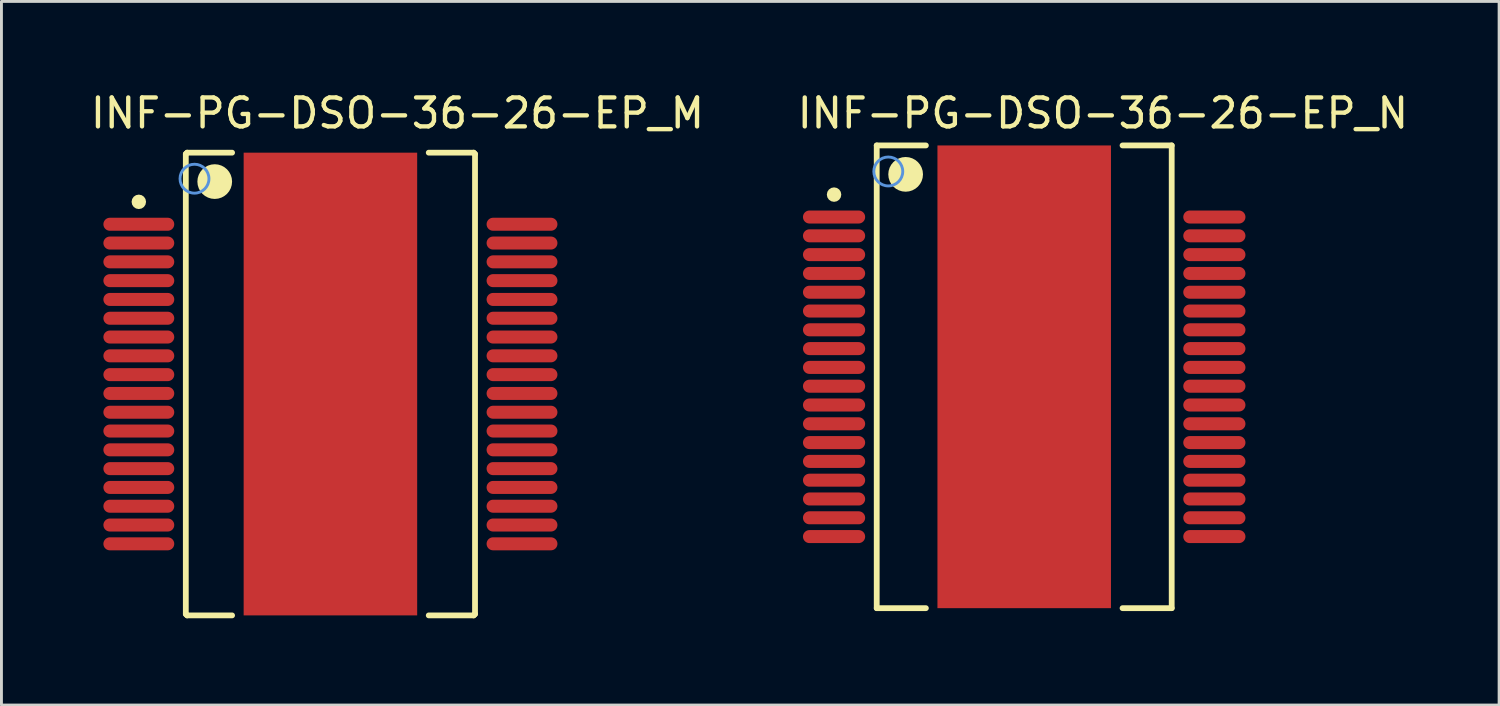
<source format=kicad_pcb>
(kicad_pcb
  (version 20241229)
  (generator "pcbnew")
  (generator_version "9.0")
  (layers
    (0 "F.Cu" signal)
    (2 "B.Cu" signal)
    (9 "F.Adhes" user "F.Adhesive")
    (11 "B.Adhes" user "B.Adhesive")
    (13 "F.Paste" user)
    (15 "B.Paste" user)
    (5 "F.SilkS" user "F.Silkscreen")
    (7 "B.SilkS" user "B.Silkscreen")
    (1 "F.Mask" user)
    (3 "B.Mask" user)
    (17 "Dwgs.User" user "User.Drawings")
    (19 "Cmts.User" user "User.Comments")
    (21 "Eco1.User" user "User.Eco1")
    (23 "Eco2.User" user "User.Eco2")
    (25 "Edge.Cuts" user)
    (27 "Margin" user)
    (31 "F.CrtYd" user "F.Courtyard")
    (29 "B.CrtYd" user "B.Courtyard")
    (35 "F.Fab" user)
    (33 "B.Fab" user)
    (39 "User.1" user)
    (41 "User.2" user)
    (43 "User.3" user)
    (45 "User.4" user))
  (footprint "INF-PG-DSO-36-26-EP_M"
    (layer "F.Cu")
    (at 8.375 10.229)
    (property "Reference" "INF-PG-DSO-36-26-EP_M" (at -8.375 -8.779 0) (layer "F.SilkS") (effects (font (size 1 1) (thickness 0.15)) (justify left bottom)))
    (attr through_hole)
    (fp_line (start -5 -7.954) (end -4.954 -8) (stroke (width 0.2) (type solid)) (layer "F.SilkS"))
    (fp_line (start -5 7.954) (end -5 -7.954) (stroke (width 0.2) (type solid)) (layer "F.SilkS"))
    (fp_line (start -5 7.954) (end -4.954 8) (stroke (width 0.2) (type solid)) (layer "F.SilkS"))
    (fp_line (start -4.954 -8) (end -3.4 -8) (stroke (width 0.2) (type solid)) (layer "F.SilkS"))
    (fp_line (start -4.954 8) (end -3.4 8) (stroke (width 0.2) (type solid)) (layer "F.SilkS"))
    (fp_line (start 3.4 -8) (end 4.954 -8) (stroke (width 0.2) (type solid)) (layer "F.SilkS"))
    (fp_line (start 3.4 8) (end 4.954 8) (stroke (width 0.2) (type solid)) (layer "F.SilkS"))
    (fp_line (start 4.954 -8) (end 5 -7.954) (stroke (width 0.2) (type solid)) (layer "F.SilkS"))
    (fp_line (start 4.954 8) (end 5 7.954) (stroke (width 0.2) (type solid)) (layer "F.SilkS"))
    (fp_line (start 5 7.954) (end 5 -7.954) (stroke (width 0.2) (type solid)) (layer "F.SilkS"))
    (fp_circle (center -6.625 -6.3) (end -6.5 -6.3) (stroke (width 0.25) (type solid)) (fill no) (layer "F.SilkS"))
    (fp_circle (center -4 -7) (end -3.7 -7) (stroke (width 0.6) (type solid)) (fill no) (layer "F.SilkS"))
    (fp_circle (center -4.7 -7.1) (end -4.2 -7.1) (stroke (width 0.1) (type solid)) (fill no) (layer "Cmts.User"))
    (pad "1" smd oval (at -6.625 -5.525 90) (size 0.45 2.45) (layers "F.Cu" "F.Mask" "F.Paste"))
    (pad "2" smd oval (at -6.625 -4.875 90) (size 0.45 2.45) (layers "F.Cu" "F.Mask" "F.Paste"))
    (pad "3" smd oval (at -6.625 -4.225 90) (size 0.45 2.45) (layers "F.Cu" "F.Mask" "F.Paste"))
    (pad "4" smd oval (at -6.625 -3.575 90) (size 0.45 2.45) (layers "F.Cu" "F.Mask" "F.Paste"))
    (pad "5" smd oval (at -6.625 -2.925 90) (size 0.45 2.45) (layers "F.Cu" "F.Mask" "F.Paste"))
    (pad "6" smd oval (at -6.625 -2.275 90) (size 0.45 2.45) (layers "F.Cu" "F.Mask" "F.Paste"))
    (pad "7" smd oval (at -6.625 -1.625 90) (size 0.45 2.45) (layers "F.Cu" "F.Mask" "F.Paste"))
    (pad "8" smd oval (at -6.625 -0.975 90) (size 0.45 2.45) (layers "F.Cu" "F.Mask" "F.Paste"))
    (pad "9" smd oval (at -6.625 -0.325 90) (size 0.45 2.45) (layers "F.Cu" "F.Mask" "F.Paste"))
    (pad "10" smd oval (at -6.625 0.325 90) (size 0.45 2.45) (layers "F.Cu" "F.Mask" "F.Paste"))
    (pad "11" smd oval (at -6.625 0.975 90) (size 0.45 2.45) (layers "F.Cu" "F.Mask" "F.Paste"))
    (pad "12" smd oval (at -6.625 1.625 90) (size 0.45 2.45) (layers "F.Cu" "F.Mask" "F.Paste"))
    (pad "13" smd oval (at -6.625 2.275 90) (size 0.45 2.45) (layers "F.Cu" "F.Mask" "F.Paste"))
    (pad "14" smd oval (at -6.625 2.925 90) (size 0.45 2.45) (layers "F.Cu" "F.Mask" "F.Paste"))
    (pad "15" smd oval (at -6.625 3.575 90) (size 0.45 2.45) (layers "F.Cu" "F.Mask" "F.Paste"))
    (pad "16" smd oval (at -6.625 4.225 90) (size 0.45 2.45) (layers "F.Cu" "F.Mask" "F.Paste"))
    (pad "17" smd oval (at -6.625 4.875 90) (size 0.45 2.45) (layers "F.Cu" "F.Mask" "F.Paste"))
    (pad "18" smd oval (at -6.625 5.525 90) (size 0.45 2.45) (layers "F.Cu" "F.Mask" "F.Paste"))
    (pad "19" smd oval (at 6.625 5.525 90) (size 0.45 2.45) (layers "F.Cu" "F.Mask" "F.Paste"))
    (pad "20" smd oval (at 6.625 4.875 90) (size 0.45 2.45) (layers "F.Cu" "F.Mask" "F.Paste"))
    (pad "21" smd oval (at 6.625 4.225 90) (size 0.45 2.45) (layers "F.Cu" "F.Mask" "F.Paste"))
    (pad "22" smd oval (at 6.625 3.575 90) (size 0.45 2.45) (layers "F.Cu" "F.Mask" "F.Paste"))
    (pad "23" smd oval (at 6.625 2.925 90) (size 0.45 2.45) (layers "F.Cu" "F.Mask" "F.Paste"))
    (pad "24" smd oval (at 6.625 2.275 90) (size 0.45 2.45) (layers "F.Cu" "F.Mask" "F.Paste"))
    (pad "25" smd oval (at 6.625 1.625 90) (size 0.45 2.45) (layers "F.Cu" "F.Mask" "F.Paste"))
    (pad "26" smd oval (at 6.625 0.975 90) (size 0.45 2.45) (layers "F.Cu" "F.Mask" "F.Paste"))
    (pad "27" smd oval (at 6.625 0.325 90) (size 0.45 2.45) (layers "F.Cu" "F.Mask" "F.Paste"))
    (pad "28" smd oval (at 6.625 -0.325 90) (size 0.45 2.45) (layers "F.Cu" "F.Mask" "F.Paste"))
    (pad "29" smd oval (at 6.625 -0.975 90) (size 0.45 2.45) (layers "F.Cu" "F.Mask" "F.Paste"))
    (pad "30" smd oval (at 6.625 -1.625 90) (size 0.45 2.45) (layers "F.Cu" "F.Mask" "F.Paste"))
    (pad "31" smd oval (at 6.625 -2.275 90) (size 0.45 2.45) (layers "F.Cu" "F.Mask" "F.Paste"))
    (pad "32" smd oval (at 6.625 -2.925 90) (size 0.45 2.45) (layers "F.Cu" "F.Mask" "F.Paste"))
    (pad "33" smd oval (at 6.625 -3.575 90) (size 0.45 2.45) (layers "F.Cu" "F.Mask" "F.Paste"))
    (pad "34" smd oval (at 6.625 -4.225 90) (size 0.45 2.45) (layers "F.Cu" "F.Mask" "F.Paste"))
    (pad "35" smd oval (at 6.625 -4.875 90) (size 0.45 2.45) (layers "F.Cu" "F.Mask" "F.Paste"))
    (pad "36" smd oval (at 6.625 -5.525 90) (size 0.45 2.45) (layers "F.Cu" "F.Mask" "F.Paste"))
    (pad "37" smd rect (at 0 0) (size 6 16) (layers "F.Cu" "F.Mask" "F.Paste")))
  (footprint "INF-PG-DSO-36-26-EP_N"
    (layer "F.Cu")
    (at 32.365 9.979)
    (property "Reference" "INF-PG-DSO-36-26-EP_N" (at -7.925 -8.529 0) (layer "F.SilkS") (effects (font (size 1 1) (thickness 0.15)) (justify left bottom)))
    (attr through_hole)
    (fp_line (start -5.1 -8) (end -3.4 -8) (stroke (width 0.2) (type solid)) (layer "F.SilkS"))
    (fp_line (start -5.1 8) (end -5.1 -8) (stroke (width 0.2) (type solid)) (layer "F.SilkS"))
    (fp_line (start -5.1 8) (end -3.4 8) (stroke (width 0.2) (type solid)) (layer "F.SilkS"))
    (fp_line (start 3.4 -8) (end 5.1 -8) (stroke (width 0.2) (type solid)) (layer "F.SilkS"))
    (fp_line (start 3.4 8) (end 5.1 8) (stroke (width 0.2) (type solid)) (layer "F.SilkS"))
    (fp_line (start 5.1 8) (end 5.1 -8) (stroke (width 0.2) (type solid)) (layer "F.SilkS"))
    (fp_circle (center -6.575 -6.3) (end -6.45 -6.3) (stroke (width 0.25) (type solid)) (fill no) (layer "F.SilkS"))
    (fp_circle (center -4.1 -7) (end -3.8 -7) (stroke (width 0.6) (type solid)) (fill no) (layer "F.SilkS"))
    (fp_circle (center -4.7 -7.1) (end -4.2 -7.1) (stroke (width 0.1) (type solid)) (fill no) (layer "Cmts.User"))
    (pad "1" smd oval (at -6.575 -5.525 90) (size 0.45 2.15) (layers "F.Cu" "F.Mask" "F.Paste"))
    (pad "2" smd oval (at -6.575 -4.875 90) (size 0.45 2.15) (layers "F.Cu" "F.Mask" "F.Paste"))
    (pad "3" smd oval (at -6.575 -4.225 90) (size 0.45 2.15) (layers "F.Cu" "F.Mask" "F.Paste"))
    (pad "4" smd oval (at -6.575 -3.575 90) (size 0.45 2.15) (layers "F.Cu" "F.Mask" "F.Paste"))
    (pad "5" smd oval (at -6.575 -2.925 90) (size 0.45 2.15) (layers "F.Cu" "F.Mask" "F.Paste"))
    (pad "6" smd oval (at -6.575 -2.275 90) (size 0.45 2.15) (layers "F.Cu" "F.Mask" "F.Paste"))
    (pad "7" smd oval (at -6.575 -1.625 90) (size 0.45 2.15) (layers "F.Cu" "F.Mask" "F.Paste"))
    (pad "8" smd oval (at -6.575 -0.975 90) (size 0.45 2.15) (layers "F.Cu" "F.Mask" "F.Paste"))
    (pad "9" smd oval (at -6.575 -0.325 90) (size 0.45 2.15) (layers "F.Cu" "F.Mask" "F.Paste"))
    (pad "10" smd oval (at -6.575 0.325 90) (size 0.45 2.15) (layers "F.Cu" "F.Mask" "F.Paste"))
    (pad "11" smd oval (at -6.575 0.975 90) (size 0.45 2.15) (layers "F.Cu" "F.Mask" "F.Paste"))
    (pad "12" smd oval (at -6.575 1.625 90) (size 0.45 2.15) (layers "F.Cu" "F.Mask" "F.Paste"))
    (pad "13" smd oval (at -6.575 2.275 90) (size 0.45 2.15) (layers "F.Cu" "F.Mask" "F.Paste"))
    (pad "14" smd oval (at -6.575 2.925 90) (size 0.45 2.15) (layers "F.Cu" "F.Mask" "F.Paste"))
    (pad "15" smd oval (at -6.575 3.575 90) (size 0.45 2.15) (layers "F.Cu" "F.Mask" "F.Paste"))
    (pad "16" smd oval (at -6.575 4.225 90) (size 0.45 2.15) (layers "F.Cu" "F.Mask" "F.Paste"))
    (pad "17" smd oval (at -6.575 4.875 90) (size 0.45 2.15) (layers "F.Cu" "F.Mask" "F.Paste"))
    (pad "18" smd oval (at -6.575 5.525 90) (size 0.45 2.15) (layers "F.Cu" "F.Mask" "F.Paste"))
    (pad "19" smd oval (at 6.575 5.525 90) (size 0.45 2.15) (layers "F.Cu" "F.Mask" "F.Paste"))
    (pad "20" smd oval (at 6.575 4.875 90) (size 0.45 2.15) (layers "F.Cu" "F.Mask" "F.Paste"))
    (pad "21" smd oval (at 6.575 4.225 90) (size 0.45 2.15) (layers "F.Cu" "F.Mask" "F.Paste"))
    (pad "22" smd oval (at 6.575 3.575 90) (size 0.45 2.15) (layers "F.Cu" "F.Mask" "F.Paste"))
    (pad "23" smd oval (at 6.575 2.925 90) (size 0.45 2.15) (layers "F.Cu" "F.Mask" "F.Paste"))
    (pad "24" smd oval (at 6.575 2.275 90) (size 0.45 2.15) (layers "F.Cu" "F.Mask" "F.Paste"))
    (pad "25" smd oval (at 6.575 1.625 90) (size 0.45 2.15) (layers "F.Cu" "F.Mask" "F.Paste"))
    (pad "26" smd oval (at 6.575 0.975 90) (size 0.45 2.15) (layers "F.Cu" "F.Mask" "F.Paste"))
    (pad "27" smd oval (at 6.575 0.325 90) (size 0.45 2.15) (layers "F.Cu" "F.Mask" "F.Paste"))
    (pad "28" smd oval (at 6.575 -0.325 90) (size 0.45 2.15) (layers "F.Cu" "F.Mask" "F.Paste"))
    (pad "29" smd oval (at 6.575 -0.975 90) (size 0.45 2.15) (layers "F.Cu" "F.Mask" "F.Paste"))
    (pad "30" smd oval (at 6.575 -1.625 90) (size 0.45 2.15) (layers "F.Cu" "F.Mask" "F.Paste"))
    (pad "31" smd oval (at 6.575 -2.275 90) (size 0.45 2.15) (layers "F.Cu" "F.Mask" "F.Paste"))
    (pad "32" smd oval (at 6.575 -2.925 90) (size 0.45 2.15) (layers "F.Cu" "F.Mask" "F.Paste"))
    (pad "33" smd oval (at 6.575 -3.575 90) (size 0.45 2.15) (layers "F.Cu" "F.Mask" "F.Paste"))
    (pad "34" smd oval (at 6.575 -4.225 90) (size 0.45 2.15) (layers "F.Cu" "F.Mask" "F.Paste"))
    (pad "35" smd oval (at 6.575 -4.875 90) (size 0.45 2.15) (layers "F.Cu" "F.Mask" "F.Paste"))
    (pad "36" smd oval (at 6.575 -5.525 90) (size 0.45 2.15) (layers "F.Cu" "F.Mask" "F.Paste"))
    (pad "37" smd rect (at 0 0) (size 6 16) (layers "F.Cu" "F.Mask" "F.Paste")))
  (gr_rect
    (start -3 -3)
    (end 48.786 21.329)
    (stroke (width 0.1) (type default))
    (fill no)
    (layer "Edge.Cuts")))
</source>
